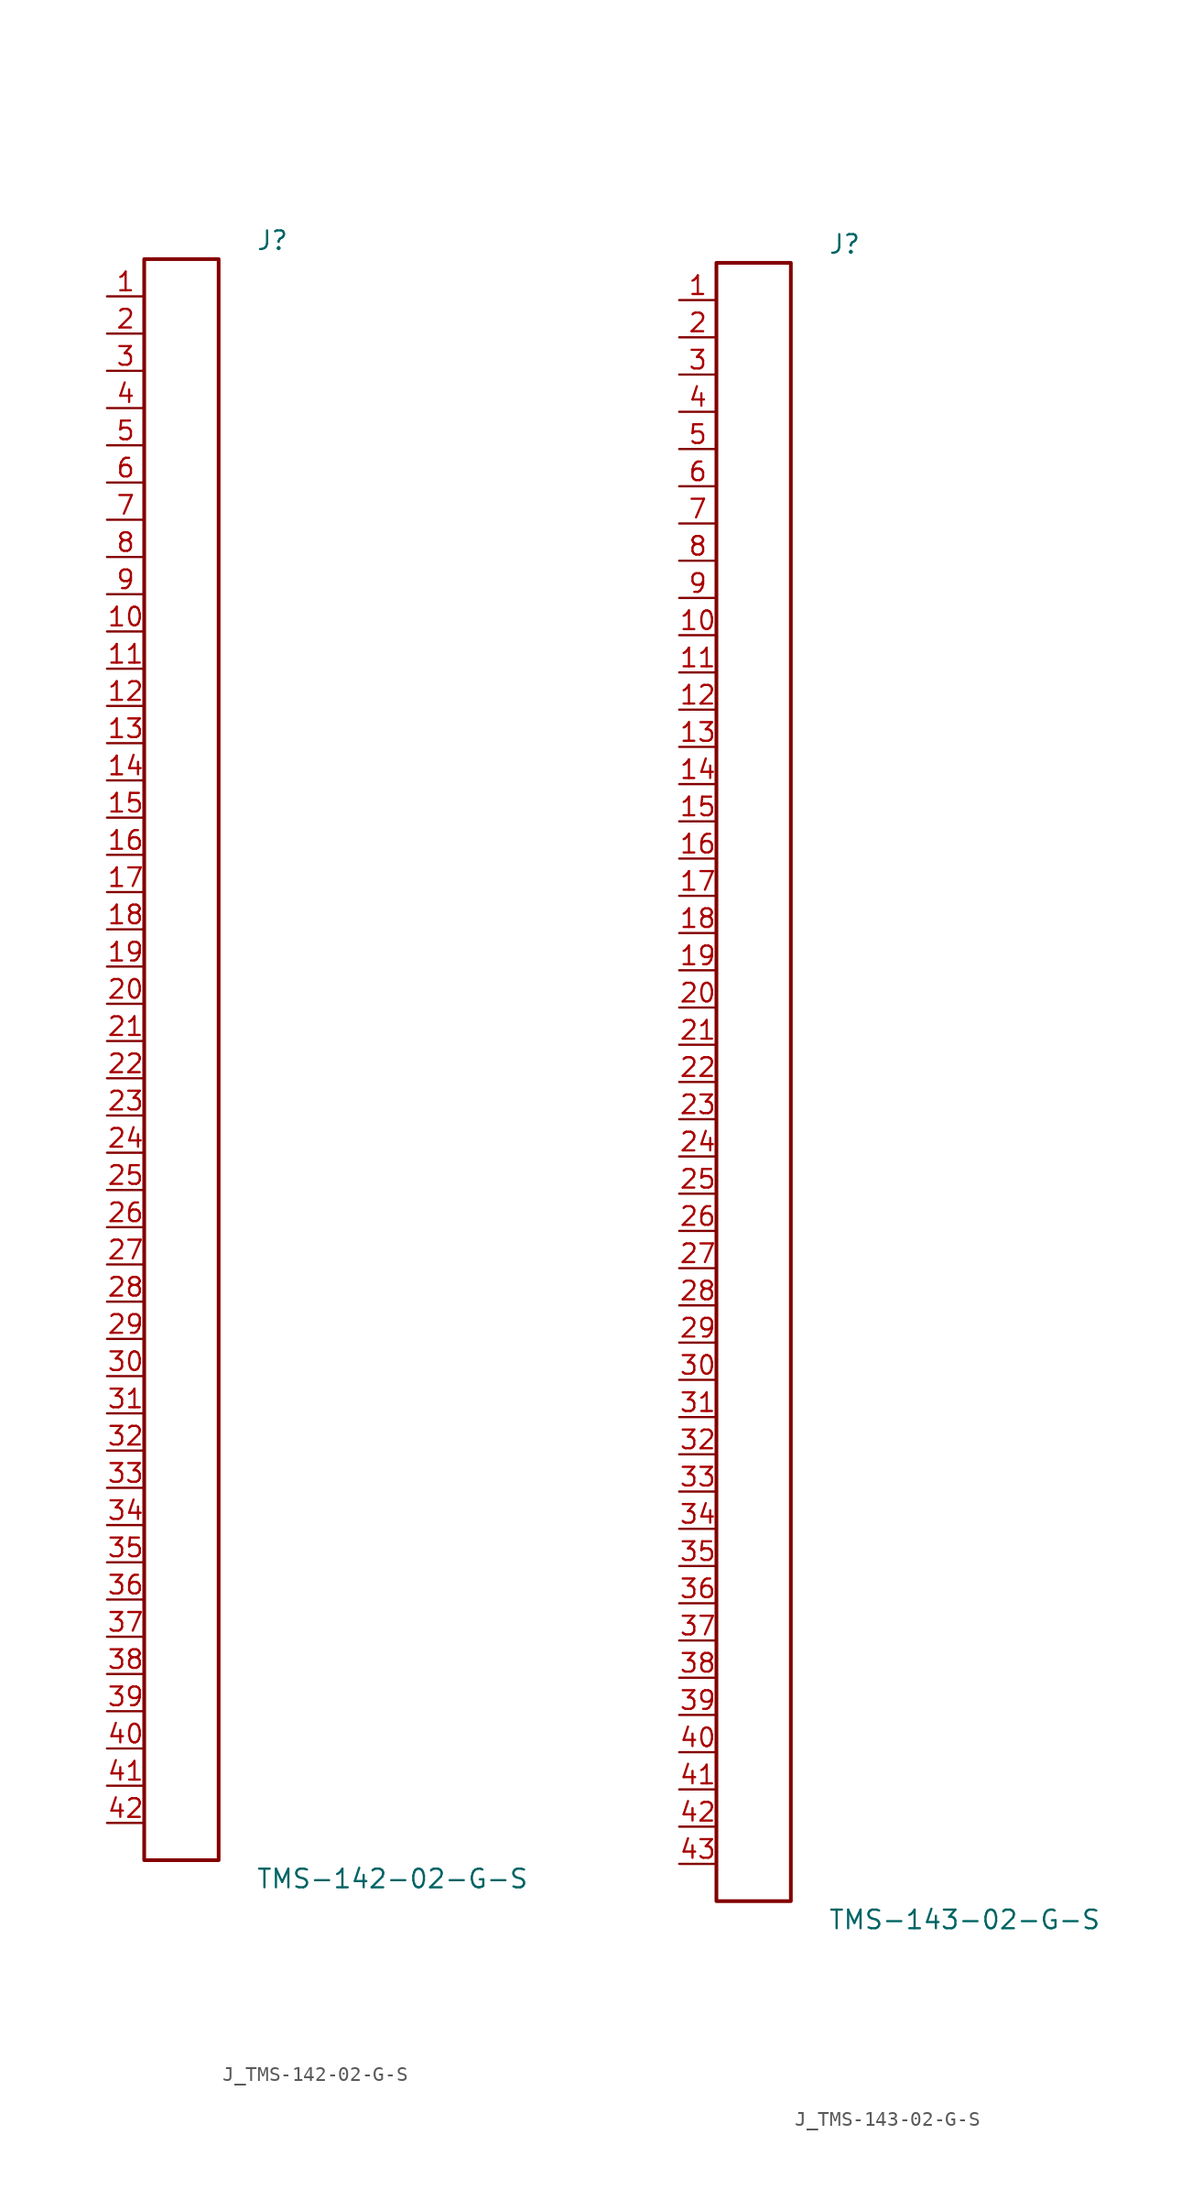
<source format=kicad_sym>
(kicad_symbol_lib
  (version 20231120)
  (generator kicad_symbol_editor)
  (generator_version 8.0)
  (symbol "J_TMS-142-02-G-S"
    (pin_names
      (offset 0.254))
    (property "Reference" "J"
      (at 5.08 55.88 0)
      (effects (font (size 1.27 1.27)) (justify left)))
    (property "Value" "TMS-142-02-G-S"
      (at 5.08 -55.88 0)
      (effects (font (size 1.27 1.27)) (justify left)))
    (symbol "J_TMS-142-02-G-S_0_0"
      (pin passive line (at -5.08 52.07 0) (length 2.54) (name "" (effects (font (size 1.27 1.27)))) (number "1" (effects (font (size 1.27 1.27)))))
      (pin passive line (at -5.08 49.53 0) (length 2.54) (name "" (effects (font (size 1.27 1.27)))) (number "2" (effects (font (size 1.27 1.27)))))
      (pin passive line (at -5.08 46.99 0) (length 2.54) (name "" (effects (font (size 1.27 1.27)))) (number "3" (effects (font (size 1.27 1.27)))))
      (pin passive line (at -5.08 44.45 0) (length 2.54) (name "" (effects (font (size 1.27 1.27)))) (number "4" (effects (font (size 1.27 1.27)))))
      (pin passive line (at -5.08 41.91 0) (length 2.54) (name "" (effects (font (size 1.27 1.27)))) (number "5" (effects (font (size 1.27 1.27)))))
      (pin passive line (at -5.08 39.37 0) (length 2.54) (name "" (effects (font (size 1.27 1.27)))) (number "6" (effects (font (size 1.27 1.27)))))
      (pin passive line (at -5.08 36.83 0) (length 2.54) (name "" (effects (font (size 1.27 1.27)))) (number "7" (effects (font (size 1.27 1.27)))))
      (pin passive line (at -5.08 34.29 0) (length 2.54) (name "" (effects (font (size 1.27 1.27)))) (number "8" (effects (font (size 1.27 1.27)))))
      (pin passive line (at -5.08 31.75 0) (length 2.54) (name "" (effects (font (size 1.27 1.27)))) (number "9" (effects (font (size 1.27 1.27)))))
      (pin passive line (at -5.08 29.21 0) (length 2.54) (name "" (effects (font (size 1.27 1.27)))) (number "10" (effects (font (size 1.27 1.27)))))
      (pin passive line (at -5.08 26.67 0) (length 2.54) (name "" (effects (font (size 1.27 1.27)))) (number "11" (effects (font (size 1.27 1.27)))))
      (pin passive line (at -5.08 24.13 0) (length 2.54) (name "" (effects (font (size 1.27 1.27)))) (number "12" (effects (font (size 1.27 1.27)))))
      (pin passive line (at -5.08 21.59 0) (length 2.54) (name "" (effects (font (size 1.27 1.27)))) (number "13" (effects (font (size 1.27 1.27)))))
      (pin passive line (at -5.08 19.05 0) (length 2.54) (name "" (effects (font (size 1.27 1.27)))) (number "14" (effects (font (size 1.27 1.27)))))
      (pin passive line (at -5.08 16.51 0) (length 2.54) (name "" (effects (font (size 1.27 1.27)))) (number "15" (effects (font (size 1.27 1.27)))))
      (pin passive line (at -5.08 13.97 0) (length 2.54) (name "" (effects (font (size 1.27 1.27)))) (number "16" (effects (font (size 1.27 1.27)))))
      (pin passive line (at -5.08 11.43 0) (length 2.54) (name "" (effects (font (size 1.27 1.27)))) (number "17" (effects (font (size 1.27 1.27)))))
      (pin passive line (at -5.08 8.89 0) (length 2.54) (name "" (effects (font (size 1.27 1.27)))) (number "18" (effects (font (size 1.27 1.27)))))
      (pin passive line (at -5.08 6.35 0) (length 2.54) (name "" (effects (font (size 1.27 1.27)))) (number "19" (effects (font (size 1.27 1.27)))))
      (pin passive line (at -5.08 3.81 0) (length 2.54) (name "" (effects (font (size 1.27 1.27)))) (number "20" (effects (font (size 1.27 1.27)))))
      (pin passive line (at -5.08 1.27 0) (length 2.54) (name "" (effects (font (size 1.27 1.27)))) (number "21" (effects (font (size 1.27 1.27)))))
      (pin passive line (at -5.08 -1.27 0) (length 2.54) (name "" (effects (font (size 1.27 1.27)))) (number "22" (effects (font (size 1.27 1.27)))))
      (pin passive line (at -5.08 -3.81 0) (length 2.54) (name "" (effects (font (size 1.27 1.27)))) (number "23" (effects (font (size 1.27 1.27)))))
      (pin passive line (at -5.08 -6.35 0) (length 2.54) (name "" (effects (font (size 1.27 1.27)))) (number "24" (effects (font (size 1.27 1.27)))))
      (pin passive line (at -5.08 -8.89 0) (length 2.54) (name "" (effects (font (size 1.27 1.27)))) (number "25" (effects (font (size 1.27 1.27)))))
      (pin passive line (at -5.08 -11.43 0) (length 2.54) (name "" (effects (font (size 1.27 1.27)))) (number "26" (effects (font (size 1.27 1.27)))))
      (pin passive line (at -5.08 -13.97 0) (length 2.54) (name "" (effects (font (size 1.27 1.27)))) (number "27" (effects (font (size 1.27 1.27)))))
      (pin passive line (at -5.08 -16.51 0) (length 2.54) (name "" (effects (font (size 1.27 1.27)))) (number "28" (effects (font (size 1.27 1.27)))))
      (pin passive line (at -5.08 -19.05 0) (length 2.54) (name "" (effects (font (size 1.27 1.27)))) (number "29" (effects (font (size 1.27 1.27)))))
      (pin passive line (at -5.08 -21.59 0) (length 2.54) (name "" (effects (font (size 1.27 1.27)))) (number "30" (effects (font (size 1.27 1.27)))))
      (pin passive line (at -5.08 -24.13 0) (length 2.54) (name "" (effects (font (size 1.27 1.27)))) (number "31" (effects (font (size 1.27 1.27)))))
      (pin passive line (at -5.08 -26.67 0) (length 2.54) (name "" (effects (font (size 1.27 1.27)))) (number "32" (effects (font (size 1.27 1.27)))))
      (pin passive line (at -5.08 -29.21 0) (length 2.54) (name "" (effects (font (size 1.27 1.27)))) (number "33" (effects (font (size 1.27 1.27)))))
      (pin passive line (at -5.08 -31.75 0) (length 2.54) (name "" (effects (font (size 1.27 1.27)))) (number "34" (effects (font (size 1.27 1.27)))))
      (pin passive line (at -5.08 -34.29 0) (length 2.54) (name "" (effects (font (size 1.27 1.27)))) (number "35" (effects (font (size 1.27 1.27)))))
      (pin passive line (at -5.08 -36.83 0) (length 2.54) (name "" (effects (font (size 1.27 1.27)))) (number "36" (effects (font (size 1.27 1.27)))))
      (pin passive line (at -5.08 -39.37 0) (length 2.54) (name "" (effects (font (size 1.27 1.27)))) (number "37" (effects (font (size 1.27 1.27)))))
      (pin passive line (at -5.08 -41.91 0) (length 2.54) (name "" (effects (font (size 1.27 1.27)))) (number "38" (effects (font (size 1.27 1.27)))))
      (pin passive line (at -5.08 -44.45 0) (length 2.54) (name "" (effects (font (size 1.27 1.27)))) (number "39" (effects (font (size 1.27 1.27)))))
      (pin passive line (at -5.08 -46.99 0) (length 2.54) (name "" (effects (font (size 1.27 1.27)))) (number "40" (effects (font (size 1.27 1.27)))))
      (pin passive line (at -5.08 -49.53 0) (length 2.54) (name "" (effects (font (size 1.27 1.27)))) (number "41" (effects (font (size 1.27 1.27)))))
      (pin passive line (at -5.08 -52.07 0) (length 2.54) (name "" (effects (font (size 1.27 1.27)))) (number "42" (effects (font (size 1.27 1.27))))))
    (symbol "J_TMS-142-02-G-S_1_0"
      (rectangle (start -2.54 54.61) (end 2.54 -54.61) (stroke (width 0.254) (type solid)) (fill (type none)))))
  (symbol "J_TMS-143-02-G-S"
    (pin_names
      (offset 0.254))
    (property "Reference" "J"
      (at 5.08 57.15 0)
      (effects (font (size 1.27 1.27)) (justify left)))
    (property "Value" "TMS-143-02-G-S"
      (at 5.08 -57.15 0)
      (effects (font (size 1.27 1.27)) (justify left)))
    (symbol "J_TMS-143-02-G-S_0_0"
      (pin passive line (at -5.08 53.34 0) (length 2.54) (name "" (effects (font (size 1.27 1.27)))) (number "1" (effects (font (size 1.27 1.27)))))
      (pin passive line (at -5.08 50.8 0) (length 2.54) (name "" (effects (font (size 1.27 1.27)))) (number "2" (effects (font (size 1.27 1.27)))))
      (pin passive line (at -5.08 48.26 0) (length 2.54) (name "" (effects (font (size 1.27 1.27)))) (number "3" (effects (font (size 1.27 1.27)))))
      (pin passive line (at -5.08 45.72 0) (length 2.54) (name "" (effects (font (size 1.27 1.27)))) (number "4" (effects (font (size 1.27 1.27)))))
      (pin passive line (at -5.08 43.18 0) (length 2.54) (name "" (effects (font (size 1.27 1.27)))) (number "5" (effects (font (size 1.27 1.27)))))
      (pin passive line (at -5.08 40.64 0) (length 2.54) (name "" (effects (font (size 1.27 1.27)))) (number "6" (effects (font (size 1.27 1.27)))))
      (pin passive line (at -5.08 38.1 0) (length 2.54) (name "" (effects (font (size 1.27 1.27)))) (number "7" (effects (font (size 1.27 1.27)))))
      (pin passive line (at -5.08 35.56 0) (length 2.54) (name "" (effects (font (size 1.27 1.27)))) (number "8" (effects (font (size 1.27 1.27)))))
      (pin passive line (at -5.08 33.02 0) (length 2.54) (name "" (effects (font (size 1.27 1.27)))) (number "9" (effects (font (size 1.27 1.27)))))
      (pin passive line (at -5.08 30.48 0) (length 2.54) (name "" (effects (font (size 1.27 1.27)))) (number "10" (effects (font (size 1.27 1.27)))))
      (pin passive line (at -5.08 27.94 0) (length 2.54) (name "" (effects (font (size 1.27 1.27)))) (number "11" (effects (font (size 1.27 1.27)))))
      (pin passive line (at -5.08 25.4 0) (length 2.54) (name "" (effects (font (size 1.27 1.27)))) (number "12" (effects (font (size 1.27 1.27)))))
      (pin passive line (at -5.08 22.86 0) (length 2.54) (name "" (effects (font (size 1.27 1.27)))) (number "13" (effects (font (size 1.27 1.27)))))
      (pin passive line (at -5.08 20.32 0) (length 2.54) (name "" (effects (font (size 1.27 1.27)))) (number "14" (effects (font (size 1.27 1.27)))))
      (pin passive line (at -5.08 17.78 0) (length 2.54) (name "" (effects (font (size 1.27 1.27)))) (number "15" (effects (font (size 1.27 1.27)))))
      (pin passive line (at -5.08 15.24 0) (length 2.54) (name "" (effects (font (size 1.27 1.27)))) (number "16" (effects (font (size 1.27 1.27)))))
      (pin passive line (at -5.08 12.7 0) (length 2.54) (name "" (effects (font (size 1.27 1.27)))) (number "17" (effects (font (size 1.27 1.27)))))
      (pin passive line (at -5.08 10.16 0) (length 2.54) (name "" (effects (font (size 1.27 1.27)))) (number "18" (effects (font (size 1.27 1.27)))))
      (pin passive line (at -5.08 7.62 0) (length 2.54) (name "" (effects (font (size 1.27 1.27)))) (number "19" (effects (font (size 1.27 1.27)))))
      (pin passive line (at -5.08 5.08 0) (length 2.54) (name "" (effects (font (size 1.27 1.27)))) (number "20" (effects (font (size 1.27 1.27)))))
      (pin passive line (at -5.08 2.54 0) (length 2.54) (name "" (effects (font (size 1.27 1.27)))) (number "21" (effects (font (size 1.27 1.27)))))
      (pin passive line (at -5.08 0.0 0) (length 2.54) (name "" (effects (font (size 1.27 1.27)))) (number "22" (effects (font (size 1.27 1.27)))))
      (pin passive line (at -5.08 -2.54 0) (length 2.54) (name "" (effects (font (size 1.27 1.27)))) (number "23" (effects (font (size 1.27 1.27)))))
      (pin passive line (at -5.08 -5.08 0) (length 2.54) (name "" (effects (font (size 1.27 1.27)))) (number "24" (effects (font (size 1.27 1.27)))))
      (pin passive line (at -5.08 -7.62 0) (length 2.54) (name "" (effects (font (size 1.27 1.27)))) (number "25" (effects (font (size 1.27 1.27)))))
      (pin passive line (at -5.08 -10.16 0) (length 2.54) (name "" (effects (font (size 1.27 1.27)))) (number "26" (effects (font (size 1.27 1.27)))))
      (pin passive line (at -5.08 -12.7 0) (length 2.54) (name "" (effects (font (size 1.27 1.27)))) (number "27" (effects (font (size 1.27 1.27)))))
      (pin passive line (at -5.08 -15.24 0) (length 2.54) (name "" (effects (font (size 1.27 1.27)))) (number "28" (effects (font (size 1.27 1.27)))))
      (pin passive line (at -5.08 -17.78 0) (length 2.54) (name "" (effects (font (size 1.27 1.27)))) (number "29" (effects (font (size 1.27 1.27)))))
      (pin passive line (at -5.08 -20.32 0) (length 2.54) (name "" (effects (font (size 1.27 1.27)))) (number "30" (effects (font (size 1.27 1.27)))))
      (pin passive line (at -5.08 -22.86 0) (length 2.54) (name "" (effects (font (size 1.27 1.27)))) (number "31" (effects (font (size 1.27 1.27)))))
      (pin passive line (at -5.08 -25.4 0) (length 2.54) (name "" (effects (font (size 1.27 1.27)))) (number "32" (effects (font (size 1.27 1.27)))))
      (pin passive line (at -5.08 -27.94 0) (length 2.54) (name "" (effects (font (size 1.27 1.27)))) (number "33" (effects (font (size 1.27 1.27)))))
      (pin passive line (at -5.08 -30.48 0) (length 2.54) (name "" (effects (font (size 1.27 1.27)))) (number "34" (effects (font (size 1.27 1.27)))))
      (pin passive line (at -5.08 -33.02 0) (length 2.54) (name "" (effects (font (size 1.27 1.27)))) (number "35" (effects (font (size 1.27 1.27)))))
      (pin passive line (at -5.08 -35.56 0) (length 2.54) (name "" (effects (font (size 1.27 1.27)))) (number "36" (effects (font (size 1.27 1.27)))))
      (pin passive line (at -5.08 -38.1 0) (length 2.54) (name "" (effects (font (size 1.27 1.27)))) (number "37" (effects (font (size 1.27 1.27)))))
      (pin passive line (at -5.08 -40.64 0) (length 2.54) (name "" (effects (font (size 1.27 1.27)))) (number "38" (effects (font (size 1.27 1.27)))))
      (pin passive line (at -5.08 -43.18 0) (length 2.54) (name "" (effects (font (size 1.27 1.27)))) (number "39" (effects (font (size 1.27 1.27)))))
      (pin passive line (at -5.08 -45.72 0) (length 2.54) (name "" (effects (font (size 1.27 1.27)))) (number "40" (effects (font (size 1.27 1.27)))))
      (pin passive line (at -5.08 -48.26 0) (length 2.54) (name "" (effects (font (size 1.27 1.27)))) (number "41" (effects (font (size 1.27 1.27)))))
      (pin passive line (at -5.08 -50.8 0) (length 2.54) (name "" (effects (font (size 1.27 1.27)))) (number "42" (effects (font (size 1.27 1.27)))))
      (pin passive line (at -5.08 -53.34 0) (length 2.54) (name "" (effects (font (size 1.27 1.27)))) (number "43" (effects (font (size 1.27 1.27))))))
    (symbol "J_TMS-143-02-G-S_1_0"
      (rectangle (start -2.54 55.88) (end 2.54 -55.88) (stroke (width 0.254) (type solid)) (fill (type none))))))
</source>
